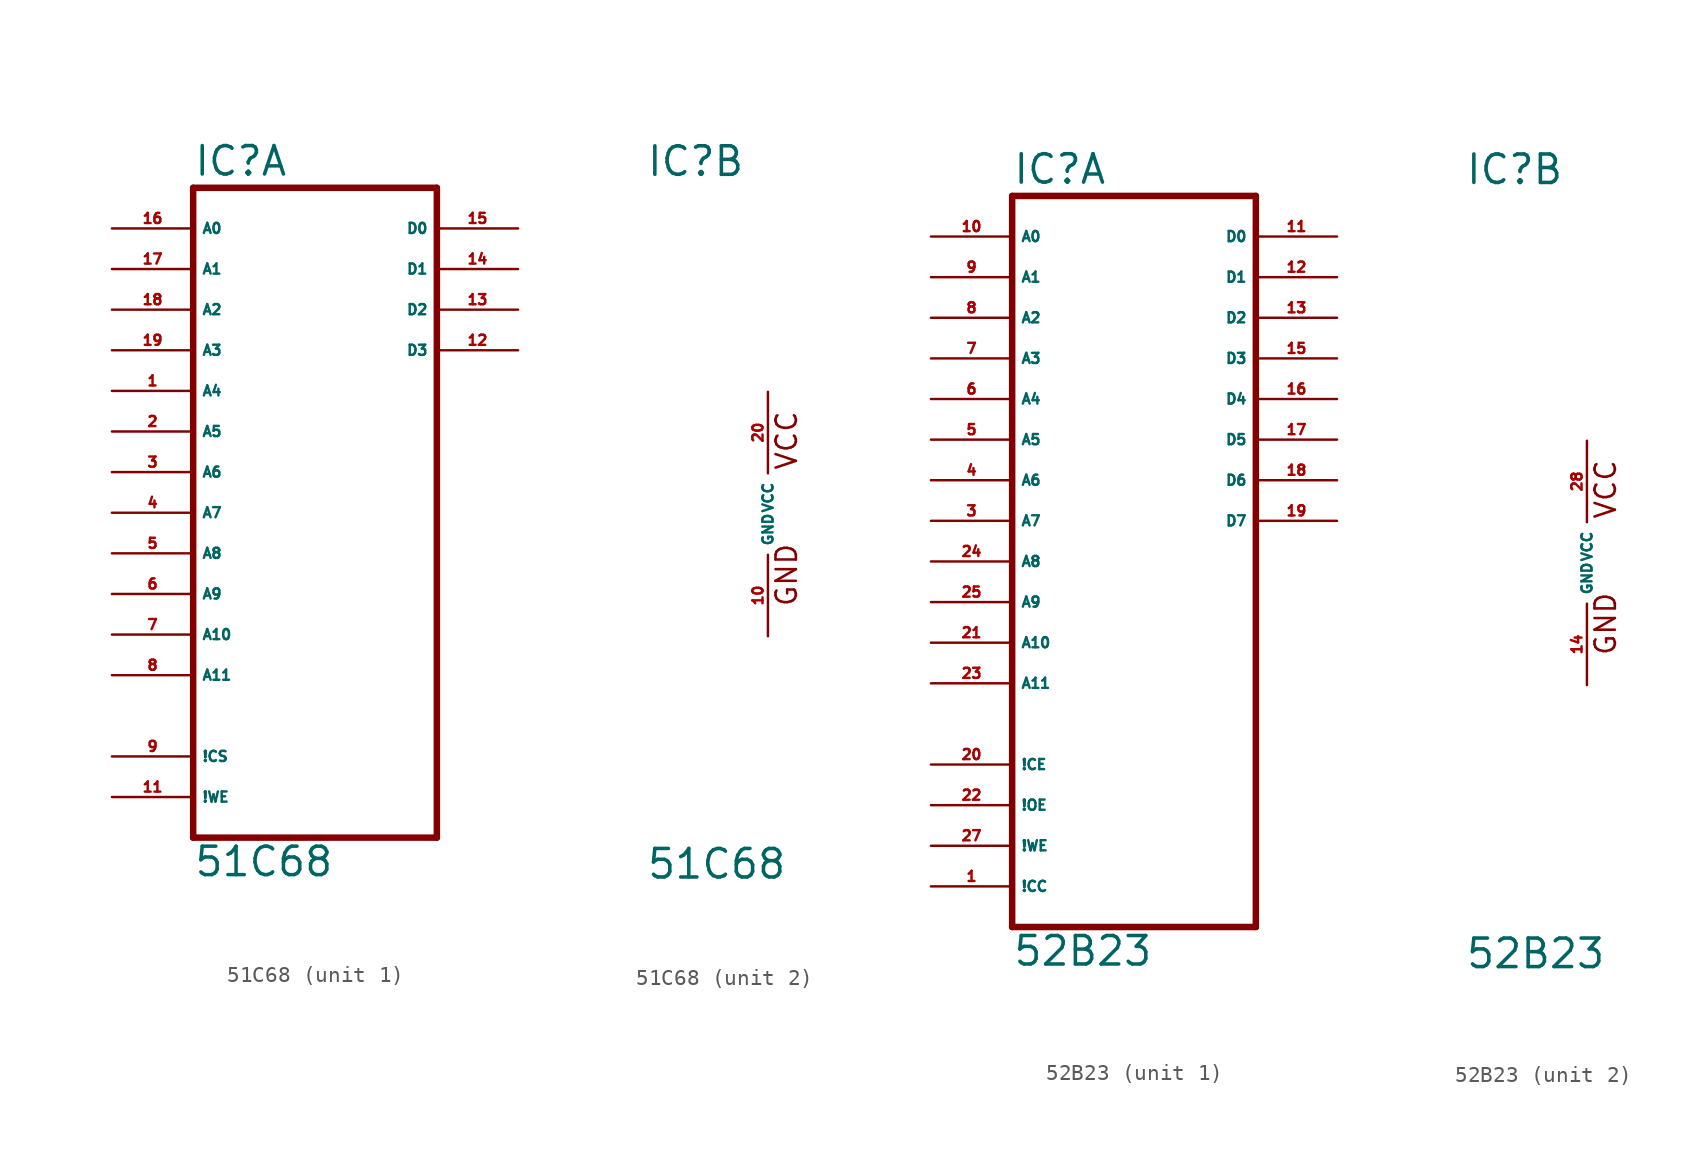
<source format=kicad_sym>
(kicad_symbol_lib
  (version 20220914)
  (generator Eagle2Kicad)
  (symbol "51C68"
    (property "Reference" "IC"
      (at -7.62 20.955 0)
      (effects (font (size 1.778 1.778) (thickness 0.22)) (justify left bottom)))
    (property "Value" "51C68"
      (at -7.62 -22.86 0)
      (effects (font (size 1.778 1.778) (thickness 0.22)) (justify left bottom)))
    (symbol "51C68_1_0"
      (polyline (pts (xy -7.62 -20.32) (xy 7.62 -20.32)) (stroke (width 0.406) (type default)) (fill (type none)))
      (polyline (pts (xy 7.62 -20.32) (xy 7.62 20.32)) (stroke (width 0.406) (type default)) (fill (type none)))
      (polyline (pts (xy 7.62 20.32) (xy -7.62 20.32)) (stroke (width 0.406) (type default)) (fill (type none)))
      (polyline (pts (xy -7.62 20.32) (xy -7.62 -20.32)) (stroke (width 0.406) (type default)) (fill (type none)))
      (pin input line (at -12.7 7.62 0) (length 5.08) (name "A4" (effects (font (size 0.635 0.635) (thickness 0.08)) (justify left bottom))) (number "1" (effects (font (size 0.635 0.635) (thickness 0.08)) (justify left bottom))))
      (pin input line (at -12.7 5.08 0) (length 5.08) (name "A5" (effects (font (size 0.635 0.635) (thickness 0.08)) (justify left bottom))) (number "2" (effects (font (size 0.635 0.635) (thickness 0.08)) (justify left bottom))))
      (pin input line (at -12.7 2.54 0) (length 5.08) (name "A6" (effects (font (size 0.635 0.635) (thickness 0.08)) (justify left bottom))) (number "3" (effects (font (size 0.635 0.635) (thickness 0.08)) (justify left bottom))))
      (pin input line (at -12.7 0 0) (length 5.08) (name "A7" (effects (font (size 0.635 0.635) (thickness 0.08)) (justify left bottom))) (number "4" (effects (font (size 0.635 0.635) (thickness 0.08)) (justify left bottom))))
      (pin input line (at -12.7 -2.54 0) (length 5.08) (name "A8" (effects (font (size 0.635 0.635) (thickness 0.08)) (justify left bottom))) (number "5" (effects (font (size 0.635 0.635) (thickness 0.08)) (justify left bottom))))
      (pin input line (at -12.7 -5.08 0) (length 5.08) (name "A9" (effects (font (size 0.635 0.635) (thickness 0.08)) (justify left bottom))) (number "6" (effects (font (size 0.635 0.635) (thickness 0.08)) (justify left bottom))))
      (pin input line (at -12.7 -7.62 0) (length 5.08) (name "A10" (effects (font (size 0.635 0.635) (thickness 0.08)) (justify left bottom))) (number "7" (effects (font (size 0.635 0.635) (thickness 0.08)) (justify left bottom))))
      (pin input line (at -12.7 -10.16 0) (length 5.08) (name "A11" (effects (font (size 0.635 0.635) (thickness 0.08)) (justify left bottom))) (number "8" (effects (font (size 0.635 0.635) (thickness 0.08)) (justify left bottom))))
      (pin input line (at -12.7 -15.24 0) (length 5.08) (name "!CS" (effects (font (size 0.635 0.635) (thickness 0.08)) (justify left bottom))) (number "9" (effects (font (size 0.635 0.635) (thickness 0.08)) (justify left bottom))))
      (pin input line (at -12.7 -17.78 0) (length 5.08) (name "!WE" (effects (font (size 0.635 0.635) (thickness 0.08)) (justify left bottom))) (number "11" (effects (font (size 0.635 0.635) (thickness 0.08)) (justify left bottom))))
      (pin tri_state line (at 12.7 10.16 180) (length 5.08) (name "D3" (effects (font (size 0.635 0.635) (thickness 0.08)) (justify left bottom))) (number "12" (effects (font (size 0.635 0.635) (thickness 0.08)) (justify left bottom))))
      (pin tri_state line (at 12.7 12.7 180) (length 5.08) (name "D2" (effects (font (size 0.635 0.635) (thickness 0.08)) (justify left bottom))) (number "13" (effects (font (size 0.635 0.635) (thickness 0.08)) (justify left bottom))))
      (pin tri_state line (at 12.7 15.24 180) (length 5.08) (name "D1" (effects (font (size 0.635 0.635) (thickness 0.08)) (justify left bottom))) (number "14" (effects (font (size 0.635 0.635) (thickness 0.08)) (justify left bottom))))
      (pin tri_state line (at 12.7 17.78 180) (length 5.08) (name "D0" (effects (font (size 0.635 0.635) (thickness 0.08)) (justify left bottom))) (number "15" (effects (font (size 0.635 0.635) (thickness 0.08)) (justify left bottom))))
      (pin input line (at -12.7 17.78 0) (length 5.08) (name "A0" (effects (font (size 0.635 0.635) (thickness 0.08)) (justify left bottom))) (number "16" (effects (font (size 0.635 0.635) (thickness 0.08)) (justify left bottom))))
      (pin input line (at -12.7 15.24 0) (length 5.08) (name "A1" (effects (font (size 0.635 0.635) (thickness 0.08)) (justify left bottom))) (number "17" (effects (font (size 0.635 0.635) (thickness 0.08)) (justify left bottom))))
      (pin input line (at -12.7 12.7 0) (length 5.08) (name "A2" (effects (font (size 0.635 0.635) (thickness 0.08)) (justify left bottom))) (number "18" (effects (font (size 0.635 0.635) (thickness 0.08)) (justify left bottom))))
      (pin input line (at -12.7 10.16 0) (length 5.08) (name "A3" (effects (font (size 0.635 0.635) (thickness 0.08)) (justify left bottom))) (number "19" (effects (font (size 0.635 0.635) (thickness 0.08)) (justify left bottom)))))
    (symbol "51C68_2_0"
      (text "GND" (at 1.905 -5.842 900) (effects (font (size 1.27 1.27) (thickness 0.16)) (justify left bottom)))
      (text "VCC" (at 1.905 2.667 900) (effects (font (size 1.27 1.27) (thickness 0.16)) (justify left bottom)))
      (pin unspecified line (at 0 -7.62 90) (length 5.08) (name "GND" (effects (font (size 0.635 0.635) (thickness 0.08)) (justify left bottom))) (number "10" (effects (font (size 0.635 0.635) (thickness 0.08)) (justify left bottom))))
      (pin unspecified line (at 0 7.62 270) (length 5.08) (name "VCC" (effects (font (size 0.635 0.635) (thickness 0.08)) (justify left bottom))) (number "20" (effects (font (size 0.635 0.635) (thickness 0.08)) (justify left bottom))))))
  (symbol "52B23"
    (property "Reference" "IC"
      (at -7.62 23.495 0)
      (effects (font (size 1.778 1.778) (thickness 0.22)) (justify left bottom)))
    (property "Value" "52B23"
      (at -7.62 -25.4 0)
      (effects (font (size 1.778 1.778) (thickness 0.22)) (justify left bottom)))
    (symbol "52B23_1_0"
      (polyline (pts (xy -7.62 -22.86) (xy 7.62 -22.86)) (stroke (width 0.406) (type default)) (fill (type none)))
      (polyline (pts (xy 7.62 -22.86) (xy 7.62 22.86)) (stroke (width 0.406) (type default)) (fill (type none)))
      (polyline (pts (xy 7.62 22.86) (xy -7.62 22.86)) (stroke (width 0.406) (type default)) (fill (type none)))
      (polyline (pts (xy -7.62 22.86) (xy -7.62 -22.86)) (stroke (width 0.406) (type default)) (fill (type none)))
      (pin input line (at -12.7 -20.32 0) (length 5.08) (name "!CC" (effects (font (size 0.635 0.635) (thickness 0.08)) (justify left bottom))) (number "1" (effects (font (size 0.635 0.635) (thickness 0.08)) (justify left bottom))))
      (pin input line (at -12.7 2.54 0) (length 5.08) (name "A7" (effects (font (size 0.635 0.635) (thickness 0.08)) (justify left bottom))) (number "3" (effects (font (size 0.635 0.635) (thickness 0.08)) (justify left bottom))))
      (pin input line (at -12.7 5.08 0) (length 5.08) (name "A6" (effects (font (size 0.635 0.635) (thickness 0.08)) (justify left bottom))) (number "4" (effects (font (size 0.635 0.635) (thickness 0.08)) (justify left bottom))))
      (pin input line (at -12.7 7.62 0) (length 5.08) (name "A5" (effects (font (size 0.635 0.635) (thickness 0.08)) (justify left bottom))) (number "5" (effects (font (size 0.635 0.635) (thickness 0.08)) (justify left bottom))))
      (pin input line (at -12.7 10.16 0) (length 5.08) (name "A4" (effects (font (size 0.635 0.635) (thickness 0.08)) (justify left bottom))) (number "6" (effects (font (size 0.635 0.635) (thickness 0.08)) (justify left bottom))))
      (pin input line (at -12.7 12.7 0) (length 5.08) (name "A3" (effects (font (size 0.635 0.635) (thickness 0.08)) (justify left bottom))) (number "7" (effects (font (size 0.635 0.635) (thickness 0.08)) (justify left bottom))))
      (pin input line (at -12.7 15.24 0) (length 5.08) (name "A2" (effects (font (size 0.635 0.635) (thickness 0.08)) (justify left bottom))) (number "8" (effects (font (size 0.635 0.635) (thickness 0.08)) (justify left bottom))))
      (pin input line (at -12.7 17.78 0) (length 5.08) (name "A1" (effects (font (size 0.635 0.635) (thickness 0.08)) (justify left bottom))) (number "9" (effects (font (size 0.635 0.635) (thickness 0.08)) (justify left bottom))))
      (pin input line (at -12.7 20.32 0) (length 5.08) (name "A0" (effects (font (size 0.635 0.635) (thickness 0.08)) (justify left bottom))) (number "10" (effects (font (size 0.635 0.635) (thickness 0.08)) (justify left bottom))))
      (pin tri_state line (at 12.7 20.32 180) (length 5.08) (name "D0" (effects (font (size 0.635 0.635) (thickness 0.08)) (justify left bottom))) (number "11" (effects (font (size 0.635 0.635) (thickness 0.08)) (justify left bottom))))
      (pin tri_state line (at 12.7 17.78 180) (length 5.08) (name "D1" (effects (font (size 0.635 0.635) (thickness 0.08)) (justify left bottom))) (number "12" (effects (font (size 0.635 0.635) (thickness 0.08)) (justify left bottom))))
      (pin tri_state line (at 12.7 15.24 180) (length 5.08) (name "D2" (effects (font (size 0.635 0.635) (thickness 0.08)) (justify left bottom))) (number "13" (effects (font (size 0.635 0.635) (thickness 0.08)) (justify left bottom))))
      (pin tri_state line (at 12.7 12.7 180) (length 5.08) (name "D3" (effects (font (size 0.635 0.635) (thickness 0.08)) (justify left bottom))) (number "15" (effects (font (size 0.635 0.635) (thickness 0.08)) (justify left bottom))))
      (pin tri_state line (at 12.7 10.16 180) (length 5.08) (name "D4" (effects (font (size 0.635 0.635) (thickness 0.08)) (justify left bottom))) (number "16" (effects (font (size 0.635 0.635) (thickness 0.08)) (justify left bottom))))
      (pin tri_state line (at 12.7 7.62 180) (length 5.08) (name "D5" (effects (font (size 0.635 0.635) (thickness 0.08)) (justify left bottom))) (number "17" (effects (font (size 0.635 0.635) (thickness 0.08)) (justify left bottom))))
      (pin tri_state line (at 12.7 5.08 180) (length 5.08) (name "D6" (effects (font (size 0.635 0.635) (thickness 0.08)) (justify left bottom))) (number "18" (effects (font (size 0.635 0.635) (thickness 0.08)) (justify left bottom))))
      (pin tri_state line (at 12.7 2.54 180) (length 5.08) (name "D7" (effects (font (size 0.635 0.635) (thickness 0.08)) (justify left bottom))) (number "19" (effects (font (size 0.635 0.635) (thickness 0.08)) (justify left bottom))))
      (pin input line (at -12.7 -12.7 0) (length 5.08) (name "!CE" (effects (font (size 0.635 0.635) (thickness 0.08)) (justify left bottom))) (number "20" (effects (font (size 0.635 0.635) (thickness 0.08)) (justify left bottom))))
      (pin input line (at -12.7 -5.08 0) (length 5.08) (name "A10" (effects (font (size 0.635 0.635) (thickness 0.08)) (justify left bottom))) (number "21" (effects (font (size 0.635 0.635) (thickness 0.08)) (justify left bottom))))
      (pin input line (at -12.7 -15.24 0) (length 5.08) (name "!OE" (effects (font (size 0.635 0.635) (thickness 0.08)) (justify left bottom))) (number "22" (effects (font (size 0.635 0.635) (thickness 0.08)) (justify left bottom))))
      (pin input line (at -12.7 -7.62 0) (length 5.08) (name "A11" (effects (font (size 0.635 0.635) (thickness 0.08)) (justify left bottom))) (number "23" (effects (font (size 0.635 0.635) (thickness 0.08)) (justify left bottom))))
      (pin input line (at -12.7 0 0) (length 5.08) (name "A8" (effects (font (size 0.635 0.635) (thickness 0.08)) (justify left bottom))) (number "24" (effects (font (size 0.635 0.635) (thickness 0.08)) (justify left bottom))))
      (pin input line (at -12.7 -2.54 0) (length 5.08) (name "A9" (effects (font (size 0.635 0.635) (thickness 0.08)) (justify left bottom))) (number "25" (effects (font (size 0.635 0.635) (thickness 0.08)) (justify left bottom))))
      (pin input line (at -12.7 -17.78 0) (length 5.08) (name "!WE" (effects (font (size 0.635 0.635) (thickness 0.08)) (justify left bottom))) (number "27" (effects (font (size 0.635 0.635) (thickness 0.08)) (justify left bottom)))))
    (symbol "52B23_2_0"
      (text "GND" (at 1.905 -5.842 900) (effects (font (size 1.27 1.27) (thickness 0.16)) (justify left bottom)))
      (text "VCC" (at 1.905 2.667 900) (effects (font (size 1.27 1.27) (thickness 0.16)) (justify left bottom)))
      (pin unspecified line (at 0 -7.62 90) (length 5.08) (name "GND" (effects (font (size 0.635 0.635) (thickness 0.08)) (justify left bottom))) (number "14" (effects (font (size 0.635 0.635) (thickness 0.08)) (justify left bottom))))
      (pin unspecified line (at 0 7.62 270) (length 5.08) (name "VCC" (effects (font (size 0.635 0.635) (thickness 0.08)) (justify left bottom))) (number "28" (effects (font (size 0.635 0.635) (thickness 0.08)) (justify left bottom)))))))
</source>
